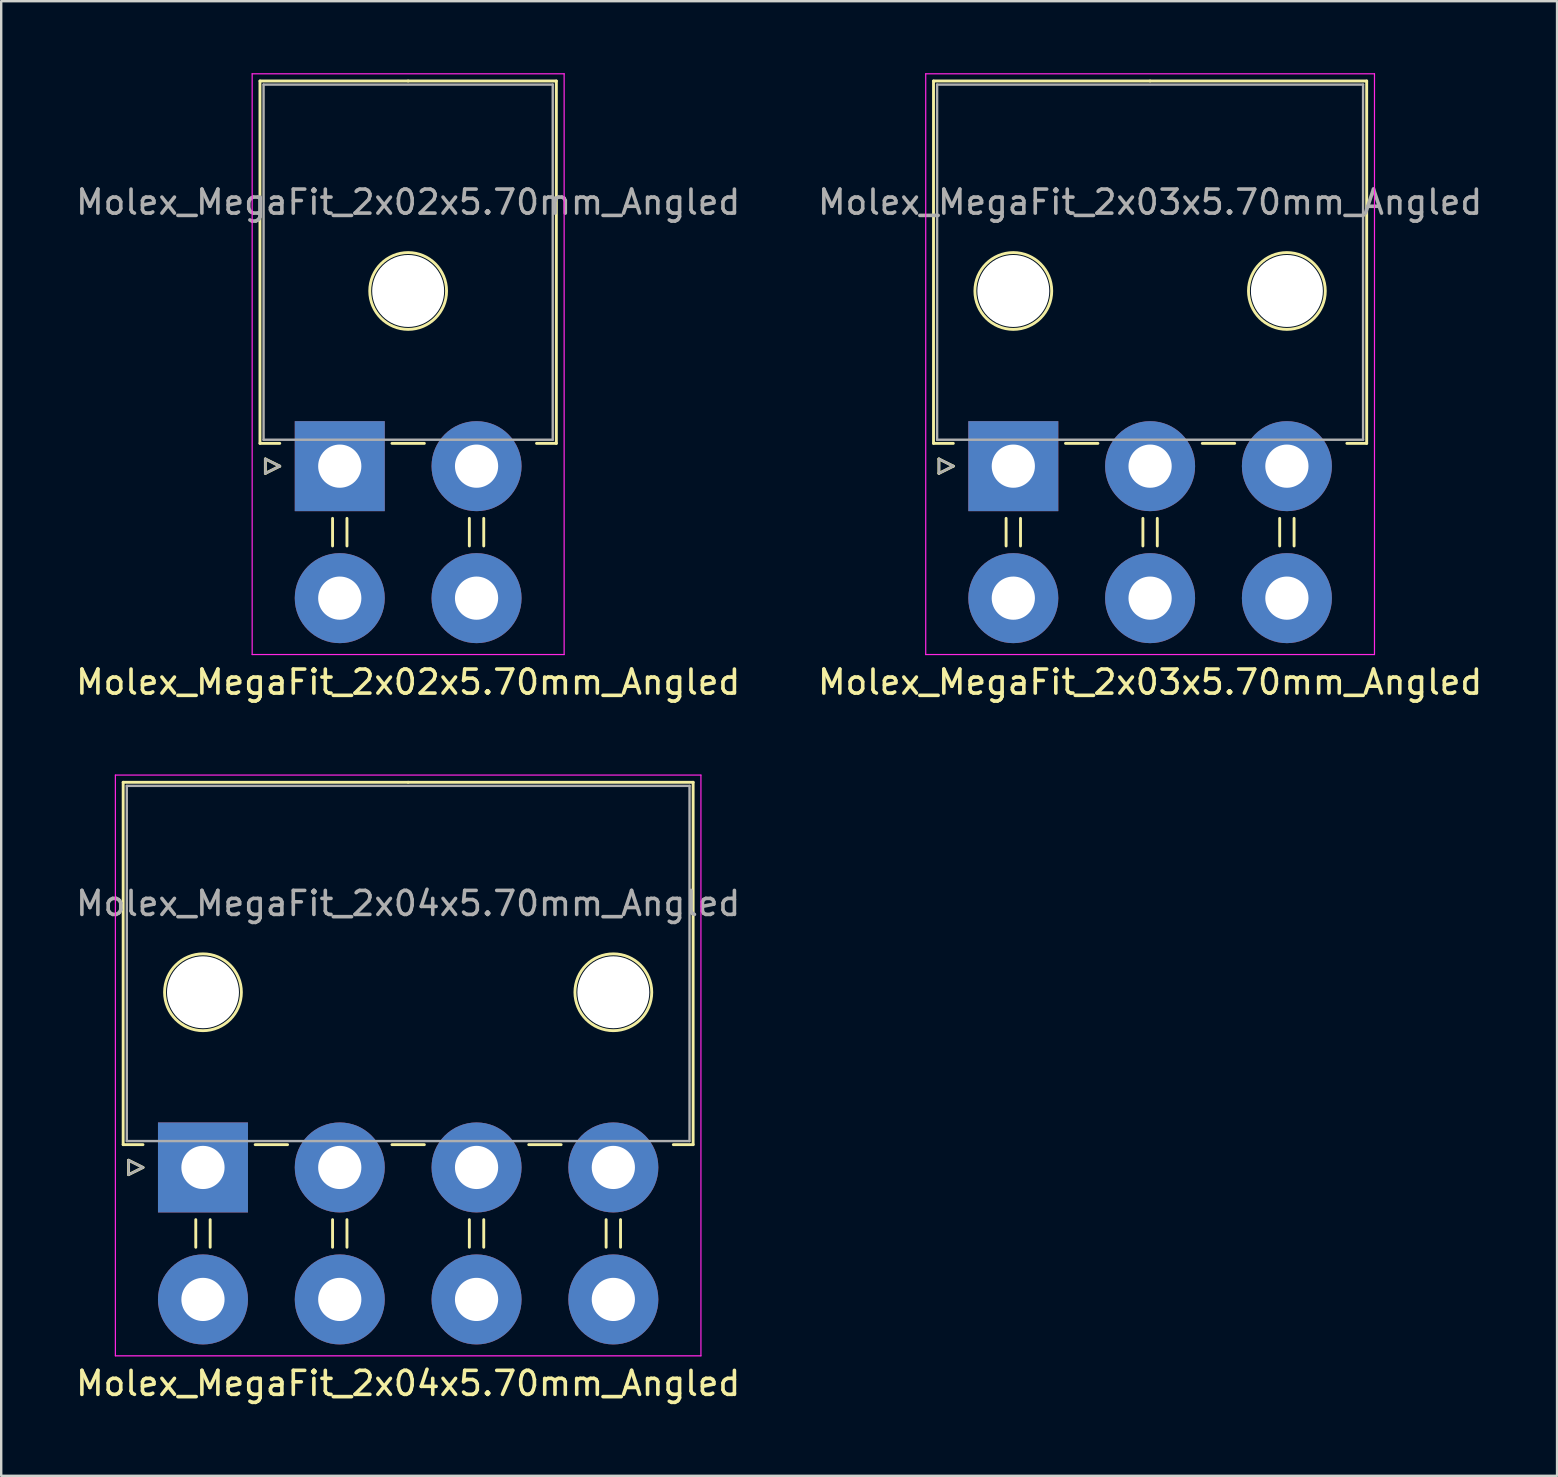
<source format=kicad_pcb>
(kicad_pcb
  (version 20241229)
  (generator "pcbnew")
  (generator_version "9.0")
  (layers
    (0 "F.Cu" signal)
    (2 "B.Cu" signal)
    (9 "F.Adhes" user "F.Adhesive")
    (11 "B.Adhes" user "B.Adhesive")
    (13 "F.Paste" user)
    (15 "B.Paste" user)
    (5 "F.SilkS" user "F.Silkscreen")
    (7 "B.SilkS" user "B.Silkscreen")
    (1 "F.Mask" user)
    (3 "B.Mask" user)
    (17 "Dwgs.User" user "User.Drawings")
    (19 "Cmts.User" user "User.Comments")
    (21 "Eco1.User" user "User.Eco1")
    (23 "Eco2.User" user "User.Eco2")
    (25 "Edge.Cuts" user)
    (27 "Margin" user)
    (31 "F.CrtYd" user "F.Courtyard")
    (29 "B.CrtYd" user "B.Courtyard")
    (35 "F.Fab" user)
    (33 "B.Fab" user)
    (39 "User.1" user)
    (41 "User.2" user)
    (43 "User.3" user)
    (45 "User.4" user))
  (footprint "Molex_MegaFit_2x02x5.70mm_Angled"
    (layer "F.Cu")
    (at 11.108 16.375)
    (property "Reference" "Molex_MegaFit_2x02x5.70mm_Angled" (at 2.85 9 0) (layer "F.SilkS") (effects (font (size 1 1) (thickness 0.15))))
    (attr through_hole)
    (fp_line (start -3.325 -16.05) (end -3.325 -0.95) (stroke (width 0.12) (type solid)) (layer "F.SilkS"))
    (fp_line (start -3.325 -0.95) (end -2.5 -0.95) (stroke (width 0.12) (type solid)) (layer "F.SilkS"))
    (fp_line (start -3.1 -0.3) (end -2.5 0) (stroke (width 0.12) (type solid)) (layer "F.SilkS"))
    (fp_line (start -3.1 0.3) (end -3.1 -0.3) (stroke (width 0.12) (type solid)) (layer "F.SilkS"))
    (fp_line (start -2.5 0) (end -3.1 0.3) (stroke (width 0.12) (type solid)) (layer "F.SilkS"))
    (fp_line (start -0.3 2.175) (end -0.3 3.325) (stroke (width 0.12) (type solid)) (layer "F.SilkS"))
    (fp_line (start 0.3 2.175) (end 0.3 3.325) (stroke (width 0.12) (type solid)) (layer "F.SilkS"))
    (fp_line (start 2.175 -0.95) (end 3.525 -0.95) (stroke (width 0.12) (type solid)) (layer "F.SilkS"))
    (fp_line (start 2.85 -16.05) (end -3.325 -16.05) (stroke (width 0.12) (type solid)) (layer "F.SilkS"))
    (fp_line (start 2.85 -16.05) (end 9.025 -16.05) (stroke (width 0.12) (type solid)) (layer "F.SilkS"))
    (fp_line (start 5.4 2.175) (end 5.4 3.325) (stroke (width 0.12) (type solid)) (layer "F.SilkS"))
    (fp_line (start 6 2.175) (end 6 3.325) (stroke (width 0.12) (type solid)) (layer "F.SilkS"))
    (fp_line (start 9.025 -16.05) (end 9.025 -0.95) (stroke (width 0.12) (type solid)) (layer "F.SilkS"))
    (fp_line (start 9.025 -0.95) (end 8.2 -0.95) (stroke (width 0.12) (type solid)) (layer "F.SilkS"))
    (fp_circle (center 2.85 -7.3) (end 4.45 -7.3) (stroke (width 0.12) (type solid)) (fill no) (layer "F.SilkS"))
    (fp_line (start -3.65 -16.35) (end -3.65 7.85) (stroke (width 0.05) (type solid)) (layer "F.CrtYd"))
    (fp_line (start -3.65 7.85) (end 9.35 7.85) (stroke (width 0.05) (type solid)) (layer "F.CrtYd"))
    (fp_line (start 9.35 -16.35) (end -3.65 -16.35) (stroke (width 0.05) (type solid)) (layer "F.CrtYd"))
    (fp_line (start 9.35 7.85) (end 9.35 -16.35) (stroke (width 0.05) (type solid)) (layer "F.CrtYd"))
    (fp_line (start -3.175 -15.9) (end -3.175 -1.1) (stroke (width 0.1) (type solid)) (layer "F.Fab"))
    (fp_line (start -3.175 -1.1) (end 8.875 -1.1) (stroke (width 0.1) (type solid)) (layer "F.Fab"))
    (fp_line (start -3.1 -0.3) (end -2.5 0) (stroke (width 0.1) (type solid)) (layer "F.Fab"))
    (fp_line (start -3.1 0.3) (end -3.1 -0.3) (stroke (width 0.1) (type solid)) (layer "F.Fab"))
    (fp_line (start -2.5 0) (end -3.1 0.3) (stroke (width 0.1) (type solid)) (layer "F.Fab"))
    (fp_line (start 8.875 -15.9) (end -3.175 -15.9) (stroke (width 0.1) (type solid)) (layer "F.Fab"))
    (fp_line (start 8.875 -1.1) (end 8.875 -15.9) (stroke (width 0.1) (type solid)) (layer "F.Fab"))
    (fp_text user "${REFERENCE}" (at 2.85 -11 0) (layer "F.Fab") (effects (font (size 1 1) (thickness 0.15))))
    (pad "" np_thru_hole circle (at 2.85 -7.3) (size 3 3) (drill 3) (layers "*.Cu" "*.Mask"))
    (pad "1" thru_hole rect (at 0 0) (size 3.75 3.75) (drill 1.8) (layers "*.Cu" "*.Mask"))
    (pad "2" thru_hole circle (at 5.7 0) (size 3.75 3.75) (drill 1.8) (layers "*.Cu" "*.Mask"))
    (pad "3" thru_hole circle (at 0 5.5) (size 3.75 3.75) (drill 1.8) (layers "*.Cu" "*.Mask"))
    (pad "4" thru_hole circle (at 5.7 5.5) (size 3.75 3.75) (drill 1.8) (layers "*.Cu" "*.Mask")))
  (footprint "Molex_MegaFit_2x03x5.70mm_Angled"
    (layer "F.Cu")
    (at 39.175 16.375)
    (property "Reference" "Molex_MegaFit_2x03x5.70mm_Angled" (at 5.7 9 0) (layer "F.SilkS") (effects (font (size 1 1) (thickness 0.15))))
    (attr through_hole)
    (fp_line (start -3.325 -16.05) (end -3.325 -0.95) (stroke (width 0.12) (type solid)) (layer "F.SilkS"))
    (fp_line (start -3.325 -0.95) (end -2.5 -0.95) (stroke (width 0.12) (type solid)) (layer "F.SilkS"))
    (fp_line (start -3.1 -0.3) (end -2.5 0) (stroke (width 0.12) (type solid)) (layer "F.SilkS"))
    (fp_line (start -3.1 0.3) (end -3.1 -0.3) (stroke (width 0.12) (type solid)) (layer "F.SilkS"))
    (fp_line (start -2.5 0) (end -3.1 0.3) (stroke (width 0.12) (type solid)) (layer "F.SilkS"))
    (fp_line (start -0.3 2.175) (end -0.3 3.325) (stroke (width 0.12) (type solid)) (layer "F.SilkS"))
    (fp_line (start 0.3 2.175) (end 0.3 3.325) (stroke (width 0.12) (type solid)) (layer "F.SilkS"))
    (fp_line (start 2.175 -0.95) (end 3.525 -0.95) (stroke (width 0.12) (type solid)) (layer "F.SilkS"))
    (fp_line (start 5.4 2.175) (end 5.4 3.325) (stroke (width 0.12) (type solid)) (layer "F.SilkS"))
    (fp_line (start 5.7 -16.05) (end -3.325 -16.05) (stroke (width 0.12) (type solid)) (layer "F.SilkS"))
    (fp_line (start 5.7 -16.05) (end 14.725 -16.05) (stroke (width 0.12) (type solid)) (layer "F.SilkS"))
    (fp_line (start 6 2.175) (end 6 3.325) (stroke (width 0.12) (type solid)) (layer "F.SilkS"))
    (fp_line (start 7.875 -0.95) (end 9.225 -0.95) (stroke (width 0.12) (type solid)) (layer "F.SilkS"))
    (fp_line (start 11.1 2.175) (end 11.1 3.325) (stroke (width 0.12) (type solid)) (layer "F.SilkS"))
    (fp_line (start 11.7 2.175) (end 11.7 3.325) (stroke (width 0.12) (type solid)) (layer "F.SilkS"))
    (fp_line (start 14.725 -16.05) (end 14.725 -0.95) (stroke (width 0.12) (type solid)) (layer "F.SilkS"))
    (fp_line (start 14.725 -0.95) (end 13.9 -0.95) (stroke (width 0.12) (type solid)) (layer "F.SilkS"))
    (fp_circle (center 0 -7.3) (end 1.6 -7.3) (stroke (width 0.12) (type solid)) (fill no) (layer "F.SilkS"))
    (fp_circle (center 11.4 -7.3) (end 13 -7.3) (stroke (width 0.12) (type solid)) (fill no) (layer "F.SilkS"))
    (fp_line (start -3.65 -16.35) (end -3.65 7.85) (stroke (width 0.05) (type solid)) (layer "F.CrtYd"))
    (fp_line (start -3.65 7.85) (end 15.05 7.85) (stroke (width 0.05) (type solid)) (layer "F.CrtYd"))
    (fp_line (start 15.05 -16.35) (end -3.65 -16.35) (stroke (width 0.05) (type solid)) (layer "F.CrtYd"))
    (fp_line (start 15.05 7.85) (end 15.05 -16.35) (stroke (width 0.05) (type solid)) (layer "F.CrtYd"))
    (fp_line (start -3.175 -15.9) (end -3.175 -1.1) (stroke (width 0.1) (type solid)) (layer "F.Fab"))
    (fp_line (start -3.175 -1.1) (end 14.575 -1.1) (stroke (width 0.1) (type solid)) (layer "F.Fab"))
    (fp_line (start -3.1 -0.3) (end -2.5 0) (stroke (width 0.1) (type solid)) (layer "F.Fab"))
    (fp_line (start -3.1 0.3) (end -3.1 -0.3) (stroke (width 0.1) (type solid)) (layer "F.Fab"))
    (fp_line (start -2.5 0) (end -3.1 0.3) (stroke (width 0.1) (type solid)) (layer "F.Fab"))
    (fp_line (start 14.575 -15.9) (end -3.175 -15.9) (stroke (width 0.1) (type solid)) (layer "F.Fab"))
    (fp_line (start 14.575 -1.1) (end 14.575 -15.9) (stroke (width 0.1) (type solid)) (layer "F.Fab"))
    (fp_text user "${REFERENCE}" (at 5.7 -11 0) (layer "F.Fab") (effects (font (size 1 1) (thickness 0.15))))
    (pad "" np_thru_hole circle (at 0 -7.3) (size 3 3) (drill 3) (layers "*.Cu" "*.Mask"))
    (pad "" np_thru_hole circle (at 11.4 -7.3) (size 3 3) (drill 3) (layers "*.Cu" "*.Mask"))
    (pad "1" thru_hole rect (at 0 0) (size 3.75 3.75) (drill 1.8) (layers "*.Cu" "*.Mask"))
    (pad "2" thru_hole circle (at 5.7 0) (size 3.75 3.75) (drill 1.8) (layers "*.Cu" "*.Mask"))
    (pad "3" thru_hole circle (at 11.4 0) (size 3.75 3.75) (drill 1.8) (layers "*.Cu" "*.Mask"))
    (pad "4" thru_hole circle (at 0 5.5) (size 3.75 3.75) (drill 1.8) (layers "*.Cu" "*.Mask"))
    (pad "5" thru_hole circle (at 5.7 5.5) (size 3.75 3.75) (drill 1.8) (layers "*.Cu" "*.Mask"))
    (pad "6" thru_hole circle (at 11.4 5.5) (size 3.75 3.75) (drill 1.8) (layers "*.Cu" "*.Mask")))
  (footprint "Molex_MegaFit_2x04x5.70mm_Angled"
    (layer "F.Cu")
    (at 5.408 45.598)
    (property "Reference" "Molex_MegaFit_2x04x5.70mm_Angled" (at 8.55 9 0) (layer "F.SilkS") (effects (font (size 1 1) (thickness 0.15))))
    (attr through_hole)
    (fp_line (start -3.325 -16.05) (end -3.325 -0.95) (stroke (width 0.12) (type solid)) (layer "F.SilkS"))
    (fp_line (start -3.325 -0.95) (end -2.5 -0.95) (stroke (width 0.12) (type solid)) (layer "F.SilkS"))
    (fp_line (start -3.1 -0.3) (end -2.5 0) (stroke (width 0.12) (type solid)) (layer "F.SilkS"))
    (fp_line (start -3.1 0.3) (end -3.1 -0.3) (stroke (width 0.12) (type solid)) (layer "F.SilkS"))
    (fp_line (start -2.5 0) (end -3.1 0.3) (stroke (width 0.12) (type solid)) (layer "F.SilkS"))
    (fp_line (start -0.3 2.175) (end -0.3 3.325) (stroke (width 0.12) (type solid)) (layer "F.SilkS"))
    (fp_line (start 0.3 2.175) (end 0.3 3.325) (stroke (width 0.12) (type solid)) (layer "F.SilkS"))
    (fp_line (start 2.175 -0.95) (end 3.525 -0.95) (stroke (width 0.12) (type solid)) (layer "F.SilkS"))
    (fp_line (start 5.4 2.175) (end 5.4 3.325) (stroke (width 0.12) (type solid)) (layer "F.SilkS"))
    (fp_line (start 6 2.175) (end 6 3.325) (stroke (width 0.12) (type solid)) (layer "F.SilkS"))
    (fp_line (start 7.875 -0.95) (end 9.225 -0.95) (stroke (width 0.12) (type solid)) (layer "F.SilkS"))
    (fp_line (start 8.55 -16.05) (end -3.325 -16.05) (stroke (width 0.12) (type solid)) (layer "F.SilkS"))
    (fp_line (start 8.55 -16.05) (end 20.425 -16.05) (stroke (width 0.12) (type solid)) (layer "F.SilkS"))
    (fp_line (start 11.1 2.175) (end 11.1 3.325) (stroke (width 0.12) (type solid)) (layer "F.SilkS"))
    (fp_line (start 11.7 2.175) (end 11.7 3.325) (stroke (width 0.12) (type solid)) (layer "F.SilkS"))
    (fp_line (start 13.575 -0.95) (end 14.925 -0.95) (stroke (width 0.12) (type solid)) (layer "F.SilkS"))
    (fp_line (start 16.8 2.175) (end 16.8 3.325) (stroke (width 0.12) (type solid)) (layer "F.SilkS"))
    (fp_line (start 17.4 2.175) (end 17.4 3.325) (stroke (width 0.12) (type solid)) (layer "F.SilkS"))
    (fp_line (start 20.425 -16.05) (end 20.425 -0.95) (stroke (width 0.12) (type solid)) (layer "F.SilkS"))
    (fp_line (start 20.425 -0.95) (end 19.6 -0.95) (stroke (width 0.12) (type solid)) (layer "F.SilkS"))
    (fp_circle (center 0 -7.3) (end 1.6 -7.3) (stroke (width 0.12) (type solid)) (fill no) (layer "F.SilkS"))
    (fp_circle (center 17.1 -7.3) (end 18.7 -7.3) (stroke (width 0.12) (type solid)) (fill no) (layer "F.SilkS"))
    (fp_line (start -3.65 -16.35) (end -3.65 7.85) (stroke (width 0.05) (type solid)) (layer "F.CrtYd"))
    (fp_line (start -3.65 7.85) (end 20.75 7.85) (stroke (width 0.05) (type solid)) (layer "F.CrtYd"))
    (fp_line (start 20.75 -16.35) (end -3.65 -16.35) (stroke (width 0.05) (type solid)) (layer "F.CrtYd"))
    (fp_line (start 20.75 7.85) (end 20.75 -16.35) (stroke (width 0.05) (type solid)) (layer "F.CrtYd"))
    (fp_line (start -3.175 -15.9) (end -3.175 -1.1) (stroke (width 0.1) (type solid)) (layer "F.Fab"))
    (fp_line (start -3.175 -1.1) (end 20.275 -1.1) (stroke (width 0.1) (type solid)) (layer "F.Fab"))
    (fp_line (start -3.1 -0.3) (end -2.5 0) (stroke (width 0.1) (type solid)) (layer "F.Fab"))
    (fp_line (start -3.1 0.3) (end -3.1 -0.3) (stroke (width 0.1) (type solid)) (layer "F.Fab"))
    (fp_line (start -2.5 0) (end -3.1 0.3) (stroke (width 0.1) (type solid)) (layer "F.Fab"))
    (fp_line (start 20.275 -15.9) (end -3.175 -15.9) (stroke (width 0.1) (type solid)) (layer "F.Fab"))
    (fp_line (start 20.275 -1.1) (end 20.275 -15.9) (stroke (width 0.1) (type solid)) (layer "F.Fab"))
    (fp_text user "${REFERENCE}" (at 8.55 -11 0) (layer "F.Fab") (effects (font (size 1 1) (thickness 0.15))))
    (pad "" np_thru_hole circle (at 0 -7.3) (size 3 3) (drill 3) (layers "*.Cu" "*.Mask"))
    (pad "" np_thru_hole circle (at 17.1 -7.3) (size 3 3) (drill 3) (layers "*.Cu" "*.Mask"))
    (pad "1" thru_hole rect (at 0 0) (size 3.75 3.75) (drill 1.8) (layers "*.Cu" "*.Mask"))
    (pad "2" thru_hole circle (at 5.7 0) (size 3.75 3.75) (drill 1.8) (layers "*.Cu" "*.Mask"))
    (pad "3" thru_hole circle (at 11.4 0) (size 3.75 3.75) (drill 1.8) (layers "*.Cu" "*.Mask"))
    (pad "4" thru_hole circle (at 17.1 0) (size 3.75 3.75) (drill 1.8) (layers "*.Cu" "*.Mask"))
    (pad "5" thru_hole circle (at 0 5.5) (size 3.75 3.75) (drill 1.8) (layers "*.Cu" "*.Mask"))
    (pad "6" thru_hole circle (at 5.7 5.5) (size 3.75 3.75) (drill 1.8) (layers "*.Cu" "*.Mask"))
    (pad "7" thru_hole circle (at 11.4 5.5) (size 3.75 3.75) (drill 1.8) (layers "*.Cu" "*.Mask"))
    (pad "8" thru_hole circle (at 17.1 5.5) (size 3.75 3.75) (drill 1.8) (layers "*.Cu" "*.Mask")))
  (gr_rect
    (start -3 -3)
    (end 61.833 58.447)
    (stroke (width 0.1) (type default))
    (fill no)
    (layer "Edge.Cuts")))
</source>
